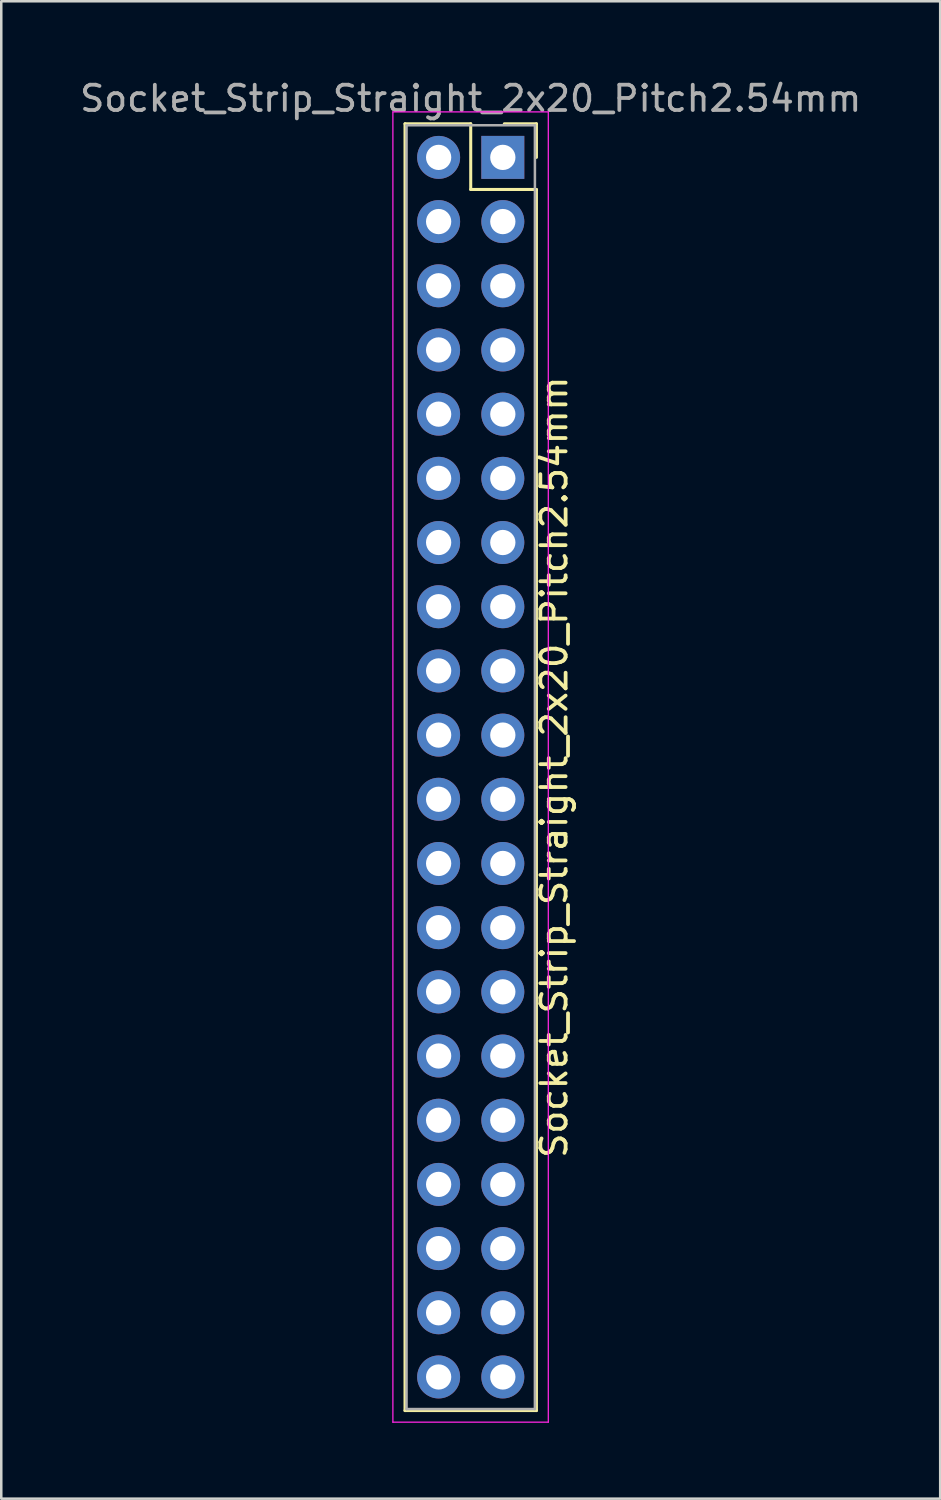
<source format=kicad_pcb>
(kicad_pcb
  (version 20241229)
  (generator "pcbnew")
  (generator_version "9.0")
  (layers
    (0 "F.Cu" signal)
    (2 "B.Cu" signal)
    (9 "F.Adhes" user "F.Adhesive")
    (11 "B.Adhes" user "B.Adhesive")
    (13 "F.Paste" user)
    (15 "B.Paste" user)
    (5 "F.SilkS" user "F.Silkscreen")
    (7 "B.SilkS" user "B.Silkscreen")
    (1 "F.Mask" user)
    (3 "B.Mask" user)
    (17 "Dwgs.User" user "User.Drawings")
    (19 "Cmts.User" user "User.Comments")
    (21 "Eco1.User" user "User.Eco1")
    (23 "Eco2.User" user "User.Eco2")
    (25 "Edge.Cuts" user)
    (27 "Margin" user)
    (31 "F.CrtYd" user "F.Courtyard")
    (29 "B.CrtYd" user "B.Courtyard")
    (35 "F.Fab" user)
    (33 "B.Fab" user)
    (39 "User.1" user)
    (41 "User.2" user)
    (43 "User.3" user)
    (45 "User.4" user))
  (footprint "Socket_Strip_Straight_2x20_Pitch2.54mm"
    (layer "F.Cu")
    (at 16.847 3.178)
    (property "Reference" "Socket_Strip_Straight_2x20_Pitch2.54mm" (at 2.03 24.13 90) (layer "F.SilkS") (effects (font (size 1 1) (thickness 0.15))))
    (attr through_hole)
    (fp_line (start -3.87 -1.33) (end -1.27 -1.33) (stroke (width 0.12) (type solid)) (layer "F.SilkS"))
    (fp_line (start -3.87 49.59) (end -3.87 -1.33) (stroke (width 0.12) (type solid)) (layer "F.SilkS"))
    (fp_line (start -1.27 -1.33) (end -1.27 1.27) (stroke (width 0.12) (type solid)) (layer "F.SilkS"))
    (fp_line (start -1.27 1.27) (end 1.33 1.27) (stroke (width 0.12) (type solid)) (layer "F.SilkS"))
    (fp_line (start 1.33 -1.33) (end 0.06 -1.33) (stroke (width 0.12) (type solid)) (layer "F.SilkS"))
    (fp_line (start 1.33 0) (end 1.33 -1.33) (stroke (width 0.12) (type solid)) (layer "F.SilkS"))
    (fp_line (start 1.33 1.27) (end 1.33 49.59) (stroke (width 0.12) (type solid)) (layer "F.SilkS"))
    (fp_line (start 1.33 49.59) (end -3.87 49.59) (stroke (width 0.12) (type solid)) (layer "F.SilkS"))
    (fp_line (start -4.35 -1.8) (end -4.35 50.05) (stroke (width 0.05) (type solid)) (layer "F.CrtYd"))
    (fp_line (start -4.35 50.05) (end 1.8 50.05) (stroke (width 0.05) (type solid)) (layer "F.CrtYd"))
    (fp_line (start 1.8 -1.8) (end -4.35 -1.8) (stroke (width 0.05) (type solid)) (layer "F.CrtYd"))
    (fp_line (start 1.8 50.05) (end 1.8 -1.8) (stroke (width 0.05) (type solid)) (layer "F.CrtYd"))
    (fp_line (start -3.81 -1.27) (end -3.81 49.53) (stroke (width 0.1) (type solid)) (layer "F.Fab"))
    (fp_line (start -3.81 49.53) (end 1.27 49.53) (stroke (width 0.1) (type solid)) (layer "F.Fab"))
    (fp_line (start 1.27 -1.27) (end -3.81 -1.27) (stroke (width 0.1) (type solid)) (layer "F.Fab"))
    (fp_line (start 1.27 49.53) (end 1.27 -1.27) (stroke (width 0.1) (type solid)) (layer "F.Fab"))
    (fp_text user "${REFERENCE}" (at -1.27 -2.33 0) (layer "F.Fab") (effects (font (size 1 1) (thickness 0.15))))
    (pad "1" thru_hole rect (at 0 0) (size 1.7 1.7) (drill 1) (layers "*.Cu" "*.Mask"))
    (pad "2" thru_hole oval (at -2.54 0) (size 1.7 1.7) (drill 1) (layers "*.Cu" "*.Mask"))
    (pad "3" thru_hole oval (at 0 2.54) (size 1.7 1.7) (drill 1) (layers "*.Cu" "*.Mask"))
    (pad "4" thru_hole oval (at -2.54 2.54) (size 1.7 1.7) (drill 1) (layers "*.Cu" "*.Mask"))
    (pad "5" thru_hole oval (at 0 5.08) (size 1.7 1.7) (drill 1) (layers "*.Cu" "*.Mask"))
    (pad "6" thru_hole oval (at -2.54 5.08) (size 1.7 1.7) (drill 1) (layers "*.Cu" "*.Mask"))
    (pad "7" thru_hole oval (at 0 7.62) (size 1.7 1.7) (drill 1) (layers "*.Cu" "*.Mask"))
    (pad "8" thru_hole oval (at -2.54 7.62) (size 1.7 1.7) (drill 1) (layers "*.Cu" "*.Mask"))
    (pad "9" thru_hole oval (at 0 10.16) (size 1.7 1.7) (drill 1) (layers "*.Cu" "*.Mask"))
    (pad "10" thru_hole oval (at -2.54 10.16) (size 1.7 1.7) (drill 1) (layers "*.Cu" "*.Mask"))
    (pad "11" thru_hole oval (at 0 12.7) (size 1.7 1.7) (drill 1) (layers "*.Cu" "*.Mask"))
    (pad "12" thru_hole oval (at -2.54 12.7) (size 1.7 1.7) (drill 1) (layers "*.Cu" "*.Mask"))
    (pad "13" thru_hole oval (at 0 15.24) (size 1.7 1.7) (drill 1) (layers "*.Cu" "*.Mask"))
    (pad "14" thru_hole oval (at -2.54 15.24) (size 1.7 1.7) (drill 1) (layers "*.Cu" "*.Mask"))
    (pad "15" thru_hole oval (at 0 17.78) (size 1.7 1.7) (drill 1) (layers "*.Cu" "*.Mask"))
    (pad "16" thru_hole oval (at -2.54 17.78) (size 1.7 1.7) (drill 1) (layers "*.Cu" "*.Mask"))
    (pad "17" thru_hole oval (at 0 20.32) (size 1.7 1.7) (drill 1) (layers "*.Cu" "*.Mask"))
    (pad "18" thru_hole oval (at -2.54 20.32) (size 1.7 1.7) (drill 1) (layers "*.Cu" "*.Mask"))
    (pad "19" thru_hole oval (at 0 22.86) (size 1.7 1.7) (drill 1) (layers "*.Cu" "*.Mask"))
    (pad "20" thru_hole oval (at -2.54 22.86) (size 1.7 1.7) (drill 1) (layers "*.Cu" "*.Mask"))
    (pad "21" thru_hole oval (at 0 25.4) (size 1.7 1.7) (drill 1) (layers "*.Cu" "*.Mask"))
    (pad "22" thru_hole oval (at -2.54 25.4) (size 1.7 1.7) (drill 1) (layers "*.Cu" "*.Mask"))
    (pad "23" thru_hole oval (at 0 27.94) (size 1.7 1.7) (drill 1) (layers "*.Cu" "*.Mask"))
    (pad "24" thru_hole oval (at -2.54 27.94) (size 1.7 1.7) (drill 1) (layers "*.Cu" "*.Mask"))
    (pad "25" thru_hole oval (at 0 30.48) (size 1.7 1.7) (drill 1) (layers "*.Cu" "*.Mask"))
    (pad "26" thru_hole oval (at -2.54 30.48) (size 1.7 1.7) (drill 1) (layers "*.Cu" "*.Mask"))
    (pad "27" thru_hole oval (at 0 33.02) (size 1.7 1.7) (drill 1) (layers "*.Cu" "*.Mask"))
    (pad "28" thru_hole oval (at -2.54 33.02) (size 1.7 1.7) (drill 1) (layers "*.Cu" "*.Mask"))
    (pad "29" thru_hole oval (at 0 35.56) (size 1.7 1.7) (drill 1) (layers "*.Cu" "*.Mask"))
    (pad "30" thru_hole oval (at -2.54 35.56) (size 1.7 1.7) (drill 1) (layers "*.Cu" "*.Mask"))
    (pad "31" thru_hole oval (at 0 38.1) (size 1.7 1.7) (drill 1) (layers "*.Cu" "*.Mask"))
    (pad "32" thru_hole oval (at -2.54 38.1) (size 1.7 1.7) (drill 1) (layers "*.Cu" "*.Mask"))
    (pad "33" thru_hole oval (at 0 40.64) (size 1.7 1.7) (drill 1) (layers "*.Cu" "*.Mask"))
    (pad "34" thru_hole oval (at -2.54 40.64) (size 1.7 1.7) (drill 1) (layers "*.Cu" "*.Mask"))
    (pad "35" thru_hole oval (at 0 43.18) (size 1.7 1.7) (drill 1) (layers "*.Cu" "*.Mask"))
    (pad "36" thru_hole oval (at -2.54 43.18) (size 1.7 1.7) (drill 1) (layers "*.Cu" "*.Mask"))
    (pad "37" thru_hole oval (at 0 45.72) (size 1.7 1.7) (drill 1) (layers "*.Cu" "*.Mask"))
    (pad "38" thru_hole oval (at -2.54 45.72) (size 1.7 1.7) (drill 1) (layers "*.Cu" "*.Mask"))
    (pad "39" thru_hole oval (at 0 48.26) (size 1.7 1.7) (drill 1) (layers "*.Cu" "*.Mask"))
    (pad "40" thru_hole oval (at -2.54 48.26) (size 1.7 1.7) (drill 1) (layers "*.Cu" "*.Mask")))
  (gr_rect
    (start -3 -3)
    (end 34.155 56.253)
    (stroke (width 0.1) (type default))
    (fill no)
    (layer "Edge.Cuts")))
</source>
